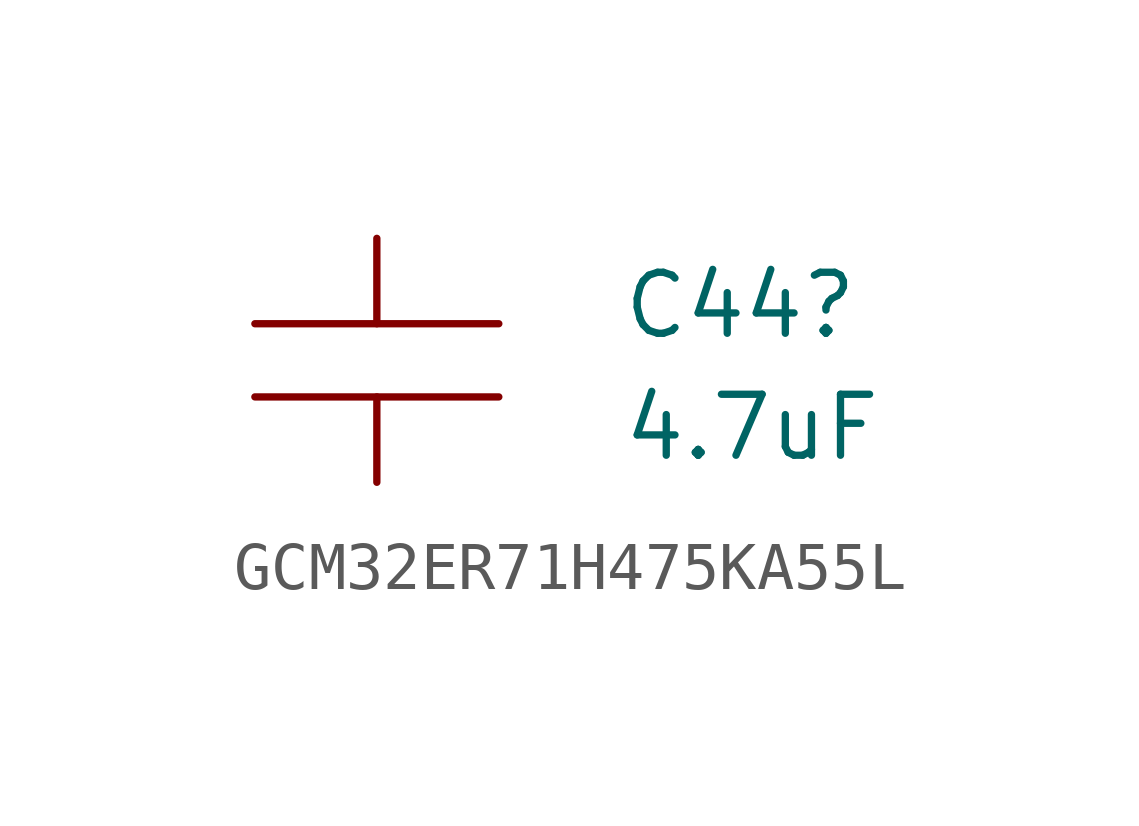
<source format=kicad_sym>
(kicad_symbol_lib
  (version 20220914)
  (generator kicad_symbol_editor)
  (symbol "GCM32ER71H475KA55L"
    (pin_numbers hide)
    (pin_names
      (offset 1.016) hide)
    (property "Reference" "C44"
      (at 5.08 -1.397 0)
      (effects (font (size 1.27 1.27)) (justify left)))
    (property "Value" "4.7uF"
      (at 5.08 -3.937 0)
      (effects (font (size 1.27 1.27)) (justify left)))
    (symbol "GCM32ER71H475KA55L_1_1"
      (polyline (pts (xy 2.54 -3.302) (xy -2.54 -3.302)) (stroke (width 0) (type solid)) (fill (type none)))
      (polyline (pts (xy 2.54 -1.778) (xy -2.54 -1.778)) (stroke (width 0) (type solid)) (fill (type none)))
      (pin passive line (at 0 -5.08 90) (length 1.778) (name "1" (effects (font (size 0 0)))) (number "1" (effects (font (size 1.016 1.016)))))
      (pin passive line (at 0 0 270) (length 1.778) (name "2" (effects (font (size 0 0)))) (number "2" (effects (font (size 1.016 1.016))))))))
</source>
